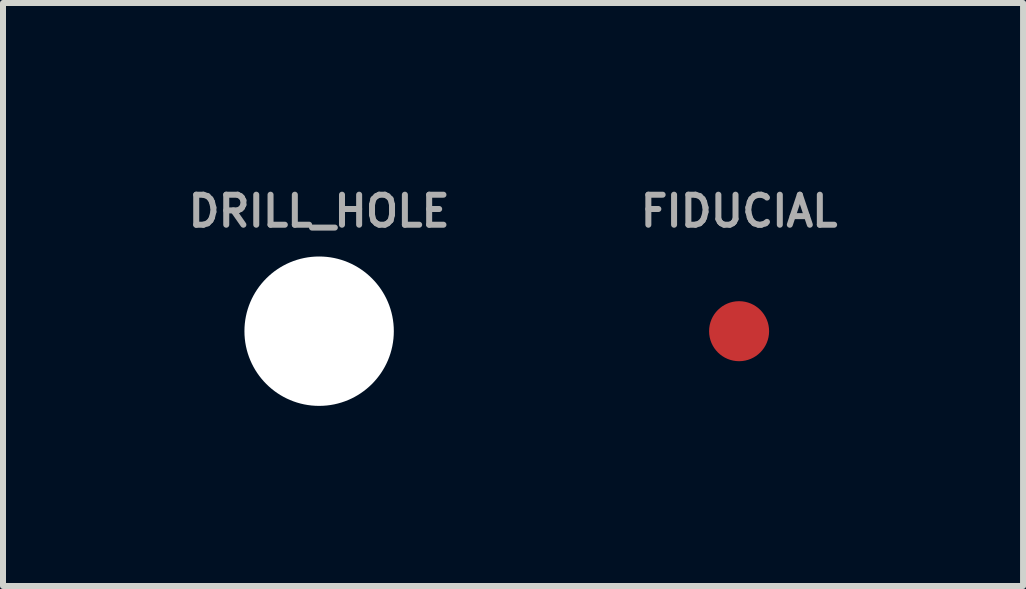
<source format=kicad_pcb>
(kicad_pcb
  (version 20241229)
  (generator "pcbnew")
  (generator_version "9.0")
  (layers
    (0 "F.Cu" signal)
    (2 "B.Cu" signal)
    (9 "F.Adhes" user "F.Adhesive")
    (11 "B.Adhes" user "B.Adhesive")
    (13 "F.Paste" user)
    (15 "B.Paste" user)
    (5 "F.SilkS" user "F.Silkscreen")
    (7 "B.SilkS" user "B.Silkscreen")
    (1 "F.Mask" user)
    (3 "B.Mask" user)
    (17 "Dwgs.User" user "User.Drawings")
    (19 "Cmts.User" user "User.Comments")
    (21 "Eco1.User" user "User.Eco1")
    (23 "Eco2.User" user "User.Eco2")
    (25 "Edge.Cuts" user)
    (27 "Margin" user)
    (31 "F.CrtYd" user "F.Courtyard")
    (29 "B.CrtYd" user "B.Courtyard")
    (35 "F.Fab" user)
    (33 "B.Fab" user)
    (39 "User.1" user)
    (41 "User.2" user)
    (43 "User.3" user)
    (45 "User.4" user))
  (footprint "FIDUCIAL"
    (layer "F.Cu")
    (at 9.264 2.468)
    (property "Reference" "FIDUCIAL" (at 0 -2 0) (layer "F.Fab") (effects (font (size 0.5 0.5) (thickness 0.1))))
    (attr exclude_from_pos_files exclude_from_bom)
    (pad "~" smd circle (at 0 0) (size 1 1) (layers "F.Cu" "F.Mask")))
  (footprint "DRILL_HOLE"
    (layer "F.Cu")
    (at 2.267 2.468)
    (property "Reference" "DRILL_HOLE" (at 0 -2 0) (layer "F.Fab") (effects (font (size 0.5 0.5) (thickness 0.1))))
    (attr exclude_from_pos_files exclude_from_bom)
    (pad "" np_thru_hole circle (at 0 0) (size 2.489 2.489) (drill 2.489) (layers "*.Cu" "*.Mask")))
  (gr_rect
    (start -3 -3)
    (end 13.995 6.713)
    (stroke (width 0.1) (type default))
    (fill no)
    (layer "Edge.Cuts")))
</source>
